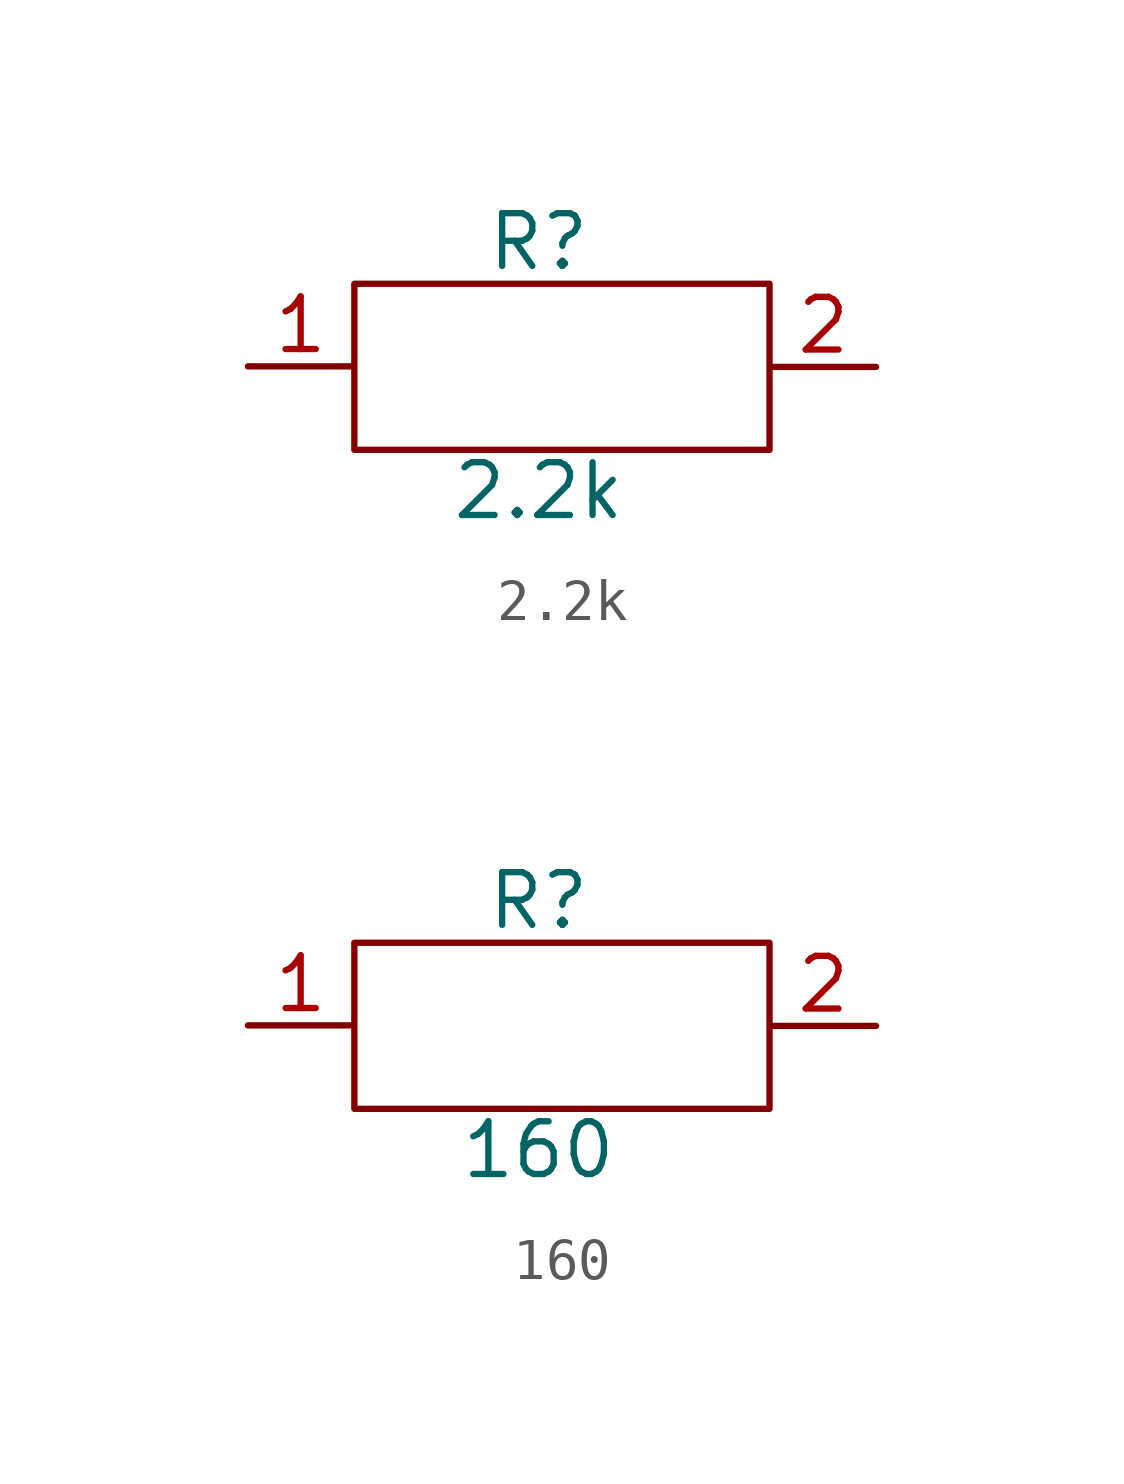
<source format=kicad_sym>
(kicad_symbol_lib
  (version 20231120)
  (generator "kicad_symbol_editor")
  (generator_version "8.0")
  (symbol "2.2k"
    (property "Reference" "R"
      (at 7 3 0)
      (effects (font (size 1.27 1.27))))
    (property "Value" "2.2k"
      (at 7 -3 0)
      (effects (font (size 1.27 1.27))))
    (symbol "2.2k_0_1"
      (rectangle (start 2.563 1.99) (end 12.563 -2.01) (stroke (width 0) (type default)) (fill (type none))))
    (symbol "2.2k_1_1"
      (pin bidirectional line (at 0 0 0) (length 2.54) (name "" (effects (font (size 1.27 1.27)))) (number "1" (effects (font (size 1.27 1.27)))))
      (pin bidirectional line (at 15.129 -0.012 180) (length 2.54) (name "" (effects (font (size 1.27 1.27)))) (number "2" (effects (font (size 1.27 1.27)))))))
  (symbol "160"
    (property "Reference" "R"
      (at 7 3 0)
      (effects (font (size 1.27 1.27))))
    (property "Value" "160"
      (at 7 -3 0)
      (effects (font (size 1.27 1.27))))
    (symbol "160_0_1"
      (rectangle (start 2.563 1.99) (end 12.563 -2.01) (stroke (width 0) (type default)) (fill (type none))))
    (symbol "160_1_1"
      (pin bidirectional line (at 0 0 0) (length 2.54) (name "" (effects (font (size 1.27 1.27)))) (number "1" (effects (font (size 1.27 1.27)))))
      (pin bidirectional line (at 15.129 -0.012 180) (length 2.54) (name "" (effects (font (size 1.27 1.27)))) (number "2" (effects (font (size 1.27 1.27))))))))
</source>
